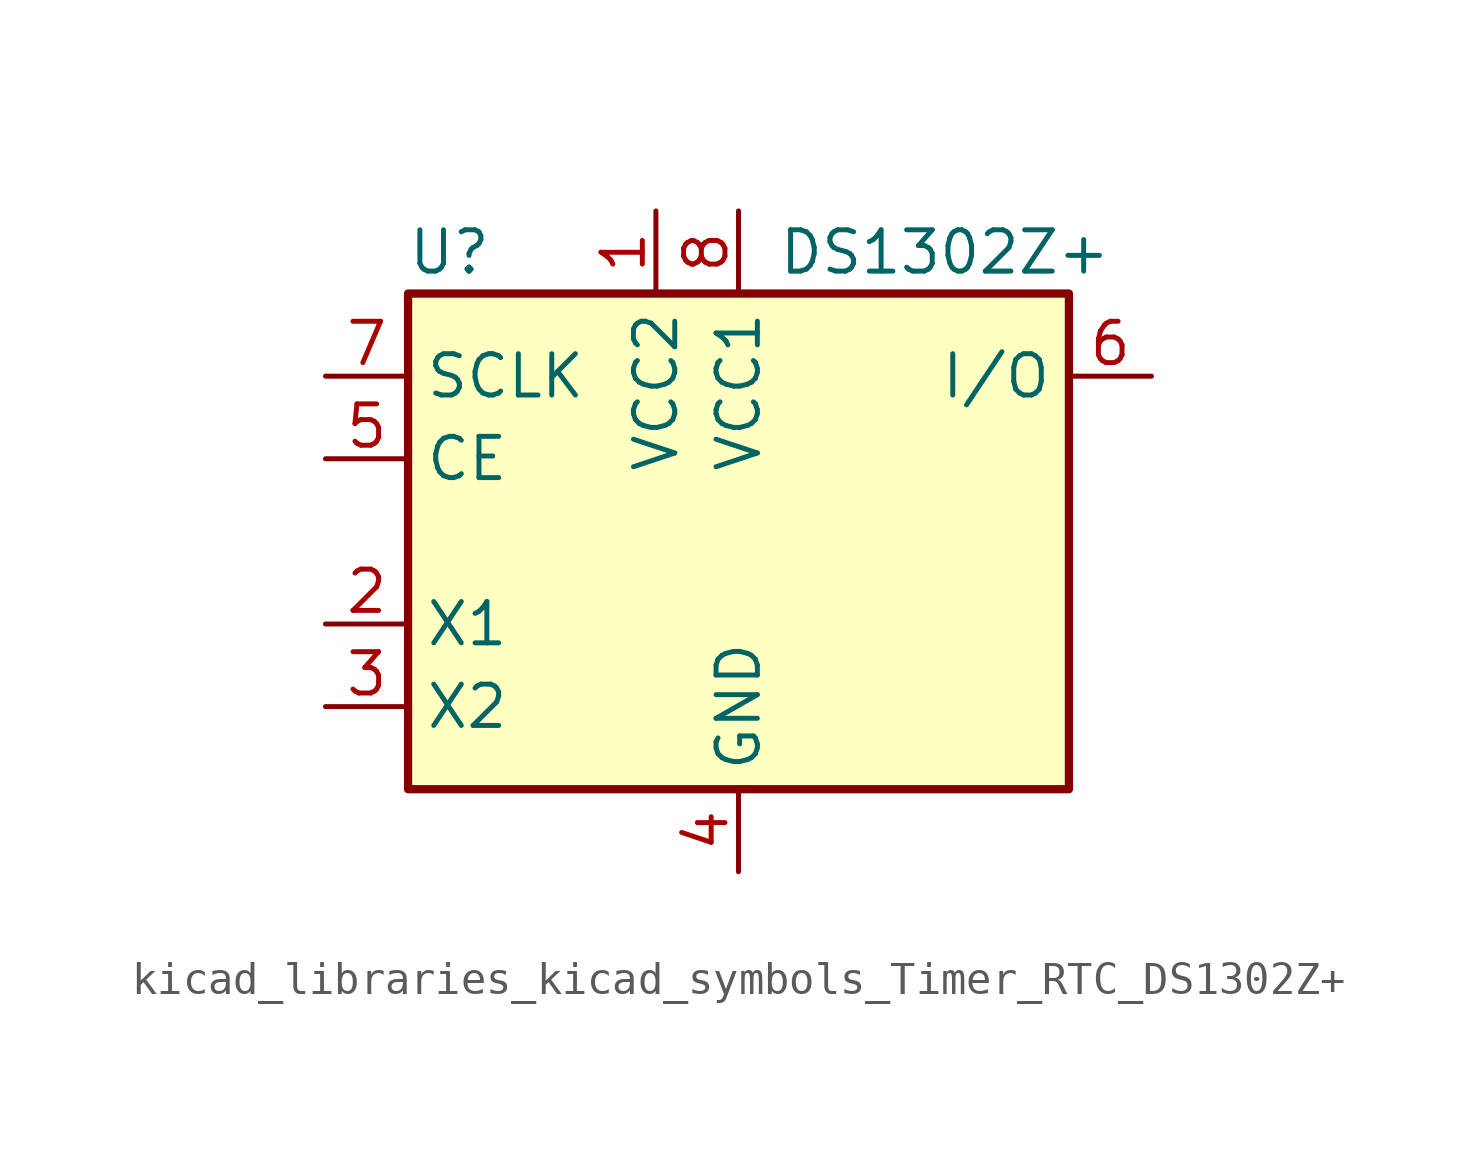
<source format=kicad_sym>
(kicad_symbol_lib
  (version 20220914)
  (generator kicad_symbol_editor)
  (symbol "kicad_libraries_kicad_symbols_Timer_RTC_DS1302Z+"
    (property "Reference" "U"
      (at -8.89 8.89 0)
      (effects (font (size 1.27 1.27))))
    (property "Value" "DS1302Z+"
      (at 6.35 8.89 0)
      (effects (font (size 1.27 1.27))))
    (symbol "kicad_libraries_kicad_symbols_Timer_RTC_DS1302Z+_1_1"
      (rectangle (start -10.16 7.62) (end 10.16 -7.62) (stroke (width 0.254) (type default)) (fill (type background)))
      (pin power_in line (at -2.54 10.16 270) (length 2.54) (name "VCC2" (effects (font (size 1.27 1.27)))) (number "1" (effects (font (size 1.27 1.27)))))
      (pin input line (at -12.7 -2.54 0) (length 2.54) (name "X1" (effects (font (size 1.27 1.27)))) (number "2" (effects (font (size 1.27 1.27)))))
      (pin input line (at -12.7 -5.08 0) (length 2.54) (name "X2" (effects (font (size 1.27 1.27)))) (number "3" (effects (font (size 1.27 1.27)))))
      (pin power_in line (at 0 -10.16 90) (length 2.54) (name "GND" (effects (font (size 1.27 1.27)))) (number "4" (effects (font (size 1.27 1.27)))))
      (pin input line (at -12.7 2.54 0) (length 2.54) (name "CE" (effects (font (size 1.27 1.27)))) (number "5" (effects (font (size 1.27 1.27)))))
      (pin bidirectional line (at 12.7 5.08 180) (length 2.54) (name "I/O" (effects (font (size 1.27 1.27)))) (number "6" (effects (font (size 1.27 1.27)))))
      (pin input line (at -12.7 5.08 0) (length 2.54) (name "SCLK" (effects (font (size 1.27 1.27)))) (number "7" (effects (font (size 1.27 1.27)))))
      (pin power_in line (at 0 10.16 270) (length 2.54) (name "VCC1" (effects (font (size 1.27 1.27)))) (number "8" (effects (font (size 1.27 1.27))))))))
</source>
